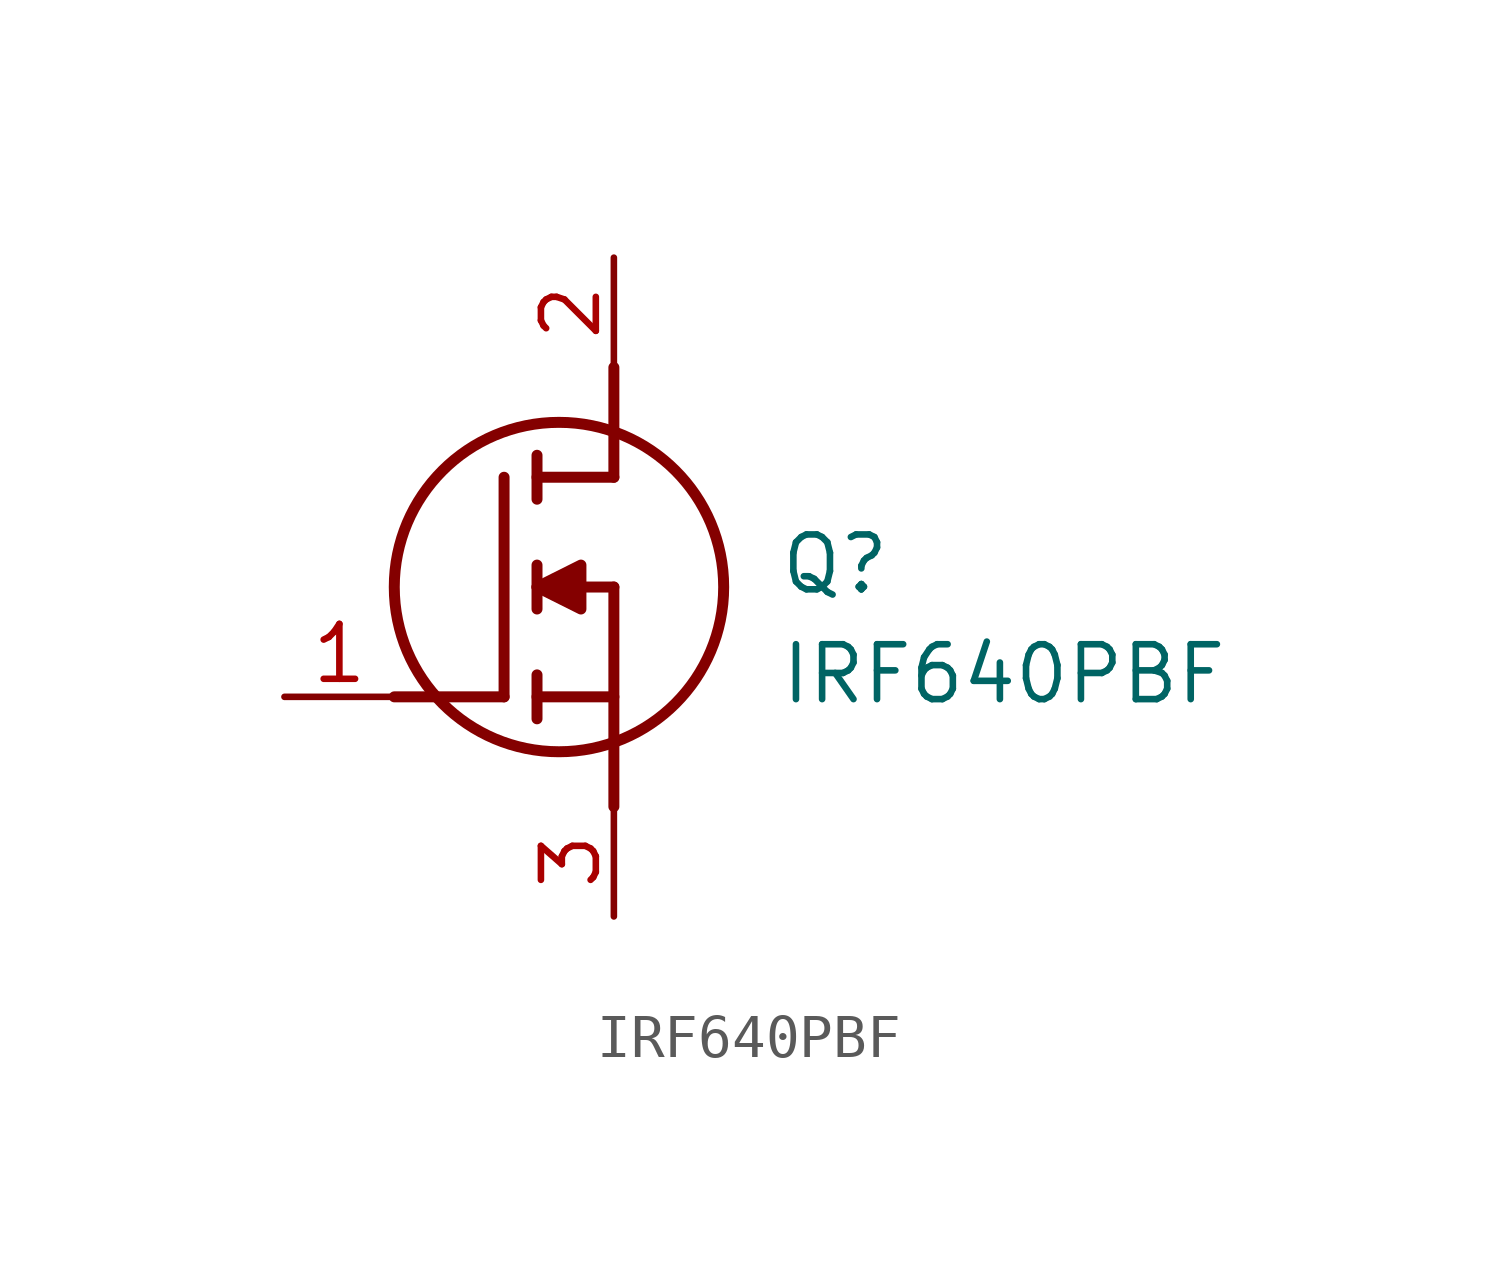
<source format=kicad_sym>
(kicad_symbol_lib
  (version 20211014)
  (generator SamacSys_ECAD_Model)
  (symbol "IRF640PBF"
    (pin_names hide)
    (property "Reference" "Q"
      (at 11.43 3.81 0)
      (effects (font (size 1.27 1.27)) (justify left top)))
    (property "Value" "IRF640PBF"
      (at 11.43 1.27 0)
      (effects (font (size 1.27 1.27)) (justify left top)))
    (polyline
      (pts (xy 7.62 2.54) (xy 7.62 -2.54))
      (stroke (width 0.254) (type default))
      (fill (type none)))
    (polyline
      (pts (xy 7.62 5.08) (xy 7.62 7.62))
      (stroke (width 0.254) (type default))
      (fill (type none)))
    (polyline
      (pts (xy 2.54 0) (xy 5.08 0))
      (stroke (width 0.254) (type default))
      (fill (type none)))
    (polyline
      (pts (xy 5.08 5.08) (xy 5.08 0))
      (stroke (width 0.254) (type default))
      (fill (type none)))
    (polyline
      (pts (xy 7.62 2.54) (xy 5.842 2.54))
      (stroke (width 0.254) (type default))
      (fill (type none)))
    (polyline
      (pts (xy 7.62 5.08) (xy 5.842 5.08))
      (stroke (width 0.254) (type default))
      (fill (type none)))
    (polyline
      (pts (xy 5.842 0) (xy 7.62 0))
      (stroke (width 0.254) (type default))
      (fill (type none)))
    (polyline
      (pts (xy 5.842 5.588) (xy 5.842 4.572))
      (stroke (width 0.254) (type default))
      (fill (type none)))
    (polyline
      (pts (xy 5.842 -0.508) (xy 5.842 0.508))
      (stroke (width 0.254) (type default))
      (fill (type none)))
    (polyline
      (pts (xy 5.842 2.032) (xy 5.842 3.048))
      (stroke (width 0.254) (type default))
      (fill (type none)))
    (circle
      (center 6.35 2.54)
      (radius 3.81)
      (stroke (width 0.254) (type default))
      (fill (type none)))
    (polyline
      (pts (xy 5.842 2.54) (xy 6.858 3.048) (xy 6.858 2.032) (xy 5.842 2.54))
      (stroke (width 0.254) (type default))
      (fill (type outline)))
    (pin passive line
      (at 0 0 0)
      (length 2.54)
      (name "G" (effects (font (size 1.27 1.27))))
      (number "1" (effects (font (size 1.27 1.27)))))
    (pin passive line
      (at 7.62 10.16 270)
      (length 2.54)
      (name "D" (effects (font (size 1.27 1.27))))
      (number "2" (effects (font (size 1.27 1.27)))))
    (pin passive line
      (at 7.62 -5.08 90)
      (length 2.54)
      (name "S" (effects (font (size 1.27 1.27))))
      (number "3" (effects (font (size 1.27 1.27)))))))
</source>
